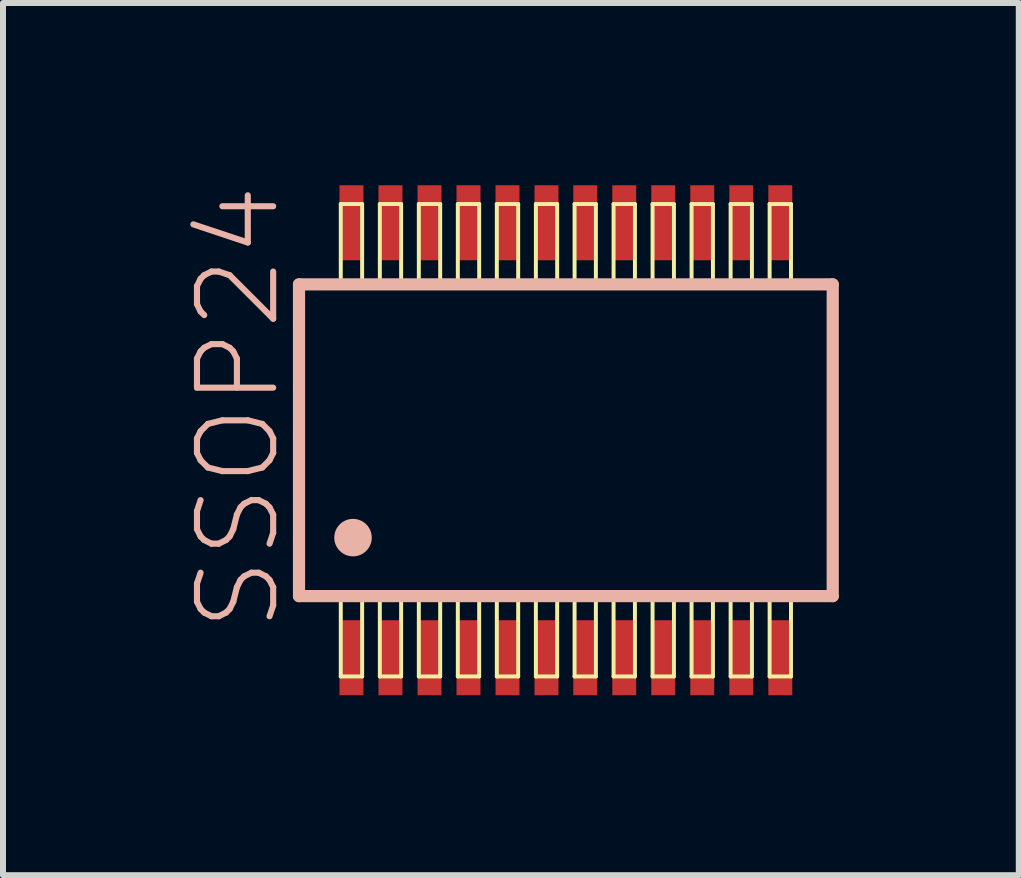
<source format=kicad_pcb>
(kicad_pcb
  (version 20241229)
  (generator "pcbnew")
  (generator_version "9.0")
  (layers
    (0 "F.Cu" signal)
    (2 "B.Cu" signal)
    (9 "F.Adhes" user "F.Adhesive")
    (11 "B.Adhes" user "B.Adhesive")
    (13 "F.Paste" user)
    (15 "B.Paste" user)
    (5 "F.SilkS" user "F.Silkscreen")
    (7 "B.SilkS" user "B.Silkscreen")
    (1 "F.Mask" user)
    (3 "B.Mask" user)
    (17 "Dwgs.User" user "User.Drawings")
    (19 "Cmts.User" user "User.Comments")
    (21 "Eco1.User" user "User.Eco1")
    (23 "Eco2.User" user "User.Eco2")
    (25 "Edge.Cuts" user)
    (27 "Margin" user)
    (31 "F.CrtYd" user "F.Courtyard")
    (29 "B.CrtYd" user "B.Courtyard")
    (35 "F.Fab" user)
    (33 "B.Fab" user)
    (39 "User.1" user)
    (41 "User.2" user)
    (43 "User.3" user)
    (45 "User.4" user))
  (footprint "SSOP24"
    (layer "F.Cu")
    (at 6.382 4.288)
    (property "Reference" "SSOP24" (at -5.461 -0.544 90) (layer "B.SilkS") (effects (font (size 1.27 1.27) (thickness 0.102))))
    (attr smd)
    (fp_line (start -3.752 -3.937) (end -3.396 -3.937) (stroke (width 0.066) (type solid)) (layer "F.SilkS"))
    (fp_line (start -3.752 -2.642) (end -3.752 -3.937) (stroke (width 0.066) (type solid)) (layer "F.SilkS"))
    (fp_line (start -3.752 -2.642) (end -3.396 -2.642) (stroke (width 0.066) (type solid)) (layer "F.SilkS"))
    (fp_line (start -3.752 2.642) (end -3.396 2.642) (stroke (width 0.066) (type solid)) (layer "F.SilkS"))
    (fp_line (start -3.752 3.937) (end -3.752 2.642) (stroke (width 0.066) (type solid)) (layer "F.SilkS"))
    (fp_line (start -3.752 3.937) (end -3.396 3.937) (stroke (width 0.066) (type solid)) (layer "F.SilkS"))
    (fp_line (start -3.396 -2.642) (end -3.396 -3.937) (stroke (width 0.066) (type solid)) (layer "F.SilkS"))
    (fp_line (start -3.396 3.937) (end -3.396 2.642) (stroke (width 0.066) (type solid)) (layer "F.SilkS"))
    (fp_line (start -3.101 -3.937) (end -2.746 -3.937) (stroke (width 0.066) (type solid)) (layer "F.SilkS"))
    (fp_line (start -3.101 -2.642) (end -3.101 -3.937) (stroke (width 0.066) (type solid)) (layer "F.SilkS"))
    (fp_line (start -3.101 -2.642) (end -2.746 -2.642) (stroke (width 0.066) (type solid)) (layer "F.SilkS"))
    (fp_line (start -3.101 2.642) (end -2.746 2.642) (stroke (width 0.066) (type solid)) (layer "F.SilkS"))
    (fp_line (start -3.101 3.937) (end -3.101 2.642) (stroke (width 0.066) (type solid)) (layer "F.SilkS"))
    (fp_line (start -3.101 3.937) (end -2.746 3.937) (stroke (width 0.066) (type solid)) (layer "F.SilkS"))
    (fp_line (start -2.746 -2.642) (end -2.746 -3.937) (stroke (width 0.066) (type solid)) (layer "F.SilkS"))
    (fp_line (start -2.746 3.937) (end -2.746 2.642) (stroke (width 0.066) (type solid)) (layer "F.SilkS"))
    (fp_line (start -2.451 -3.937) (end -2.095 -3.937) (stroke (width 0.066) (type solid)) (layer "F.SilkS"))
    (fp_line (start -2.451 -2.642) (end -2.451 -3.937) (stroke (width 0.066) (type solid)) (layer "F.SilkS"))
    (fp_line (start -2.451 -2.642) (end -2.095 -2.642) (stroke (width 0.066) (type solid)) (layer "F.SilkS"))
    (fp_line (start -2.451 2.642) (end -2.095 2.642) (stroke (width 0.066) (type solid)) (layer "F.SilkS"))
    (fp_line (start -2.451 3.937) (end -2.451 2.642) (stroke (width 0.066) (type solid)) (layer "F.SilkS"))
    (fp_line (start -2.451 3.937) (end -2.095 3.937) (stroke (width 0.066) (type solid)) (layer "F.SilkS"))
    (fp_line (start -2.095 -2.642) (end -2.095 -3.937) (stroke (width 0.066) (type solid)) (layer "F.SilkS"))
    (fp_line (start -2.095 3.937) (end -2.095 2.642) (stroke (width 0.066) (type solid)) (layer "F.SilkS"))
    (fp_line (start -1.801 -3.937) (end -1.445 -3.937) (stroke (width 0.066) (type solid)) (layer "F.SilkS"))
    (fp_line (start -1.801 -2.642) (end -1.801 -3.937) (stroke (width 0.066) (type solid)) (layer "F.SilkS"))
    (fp_line (start -1.801 -2.642) (end -1.445 -2.642) (stroke (width 0.066) (type solid)) (layer "F.SilkS"))
    (fp_line (start -1.801 2.642) (end -1.445 2.642) (stroke (width 0.066) (type solid)) (layer "F.SilkS"))
    (fp_line (start -1.801 3.937) (end -1.801 2.642) (stroke (width 0.066) (type solid)) (layer "F.SilkS"))
    (fp_line (start -1.801 3.937) (end -1.445 3.937) (stroke (width 0.066) (type solid)) (layer "F.SilkS"))
    (fp_line (start -1.445 -2.642) (end -1.445 -3.937) (stroke (width 0.066) (type solid)) (layer "F.SilkS"))
    (fp_line (start -1.445 3.937) (end -1.445 2.642) (stroke (width 0.066) (type solid)) (layer "F.SilkS"))
    (fp_line (start -1.151 -3.937) (end -0.795 -3.937) (stroke (width 0.066) (type solid)) (layer "F.SilkS"))
    (fp_line (start -1.151 -2.642) (end -1.151 -3.937) (stroke (width 0.066) (type solid)) (layer "F.SilkS"))
    (fp_line (start -1.151 -2.642) (end -0.795 -2.642) (stroke (width 0.066) (type solid)) (layer "F.SilkS"))
    (fp_line (start -1.151 2.642) (end -0.795 2.642) (stroke (width 0.066) (type solid)) (layer "F.SilkS"))
    (fp_line (start -1.151 3.937) (end -1.151 2.642) (stroke (width 0.066) (type solid)) (layer "F.SilkS"))
    (fp_line (start -1.151 3.937) (end -0.795 3.937) (stroke (width 0.066) (type solid)) (layer "F.SilkS"))
    (fp_line (start -0.795 -2.642) (end -0.795 -3.937) (stroke (width 0.066) (type solid)) (layer "F.SilkS"))
    (fp_line (start -0.795 3.937) (end -0.795 2.642) (stroke (width 0.066) (type solid)) (layer "F.SilkS"))
    (fp_line (start -0.5 -3.937) (end -0.145 -3.937) (stroke (width 0.066) (type solid)) (layer "F.SilkS"))
    (fp_line (start -0.5 -2.642) (end -0.5 -3.937) (stroke (width 0.066) (type solid)) (layer "F.SilkS"))
    (fp_line (start -0.5 -2.642) (end -0.145 -2.642) (stroke (width 0.066) (type solid)) (layer "F.SilkS"))
    (fp_line (start -0.5 2.642) (end -0.145 2.642) (stroke (width 0.066) (type solid)) (layer "F.SilkS"))
    (fp_line (start -0.5 3.937) (end -0.5 2.642) (stroke (width 0.066) (type solid)) (layer "F.SilkS"))
    (fp_line (start -0.5 3.937) (end -0.145 3.937) (stroke (width 0.066) (type solid)) (layer "F.SilkS"))
    (fp_line (start -0.145 -2.642) (end -0.145 -3.937) (stroke (width 0.066) (type solid)) (layer "F.SilkS"))
    (fp_line (start -0.145 3.937) (end -0.145 2.642) (stroke (width 0.066) (type solid)) (layer "F.SilkS"))
    (fp_line (start 0.145 -3.937) (end 0.5 -3.937) (stroke (width 0.066) (type solid)) (layer "F.SilkS"))
    (fp_line (start 0.145 -2.642) (end 0.145 -3.937) (stroke (width 0.066) (type solid)) (layer "F.SilkS"))
    (fp_line (start 0.145 -2.642) (end 0.5 -2.642) (stroke (width 0.066) (type solid)) (layer "F.SilkS"))
    (fp_line (start 0.145 2.642) (end 0.5 2.642) (stroke (width 0.066) (type solid)) (layer "F.SilkS"))
    (fp_line (start 0.145 3.937) (end 0.145 2.642) (stroke (width 0.066) (type solid)) (layer "F.SilkS"))
    (fp_line (start 0.145 3.937) (end 0.5 3.937) (stroke (width 0.066) (type solid)) (layer "F.SilkS"))
    (fp_line (start 0.5 -2.642) (end 0.5 -3.937) (stroke (width 0.066) (type solid)) (layer "F.SilkS"))
    (fp_line (start 0.5 3.937) (end 0.5 2.642) (stroke (width 0.066) (type solid)) (layer "F.SilkS"))
    (fp_line (start 0.795 -3.937) (end 1.151 -3.937) (stroke (width 0.066) (type solid)) (layer "F.SilkS"))
    (fp_line (start 0.795 -2.642) (end 0.795 -3.937) (stroke (width 0.066) (type solid)) (layer "F.SilkS"))
    (fp_line (start 0.795 -2.642) (end 1.151 -2.642) (stroke (width 0.066) (type solid)) (layer "F.SilkS"))
    (fp_line (start 0.795 2.642) (end 1.151 2.642) (stroke (width 0.066) (type solid)) (layer "F.SilkS"))
    (fp_line (start 0.795 3.937) (end 0.795 2.642) (stroke (width 0.066) (type solid)) (layer "F.SilkS"))
    (fp_line (start 0.795 3.937) (end 1.151 3.937) (stroke (width 0.066) (type solid)) (layer "F.SilkS"))
    (fp_line (start 1.151 -2.642) (end 1.151 -3.937) (stroke (width 0.066) (type solid)) (layer "F.SilkS"))
    (fp_line (start 1.151 3.937) (end 1.151 2.642) (stroke (width 0.066) (type solid)) (layer "F.SilkS"))
    (fp_line (start 1.445 -3.937) (end 1.801 -3.937) (stroke (width 0.066) (type solid)) (layer "F.SilkS"))
    (fp_line (start 1.445 -2.642) (end 1.445 -3.937) (stroke (width 0.066) (type solid)) (layer "F.SilkS"))
    (fp_line (start 1.445 -2.642) (end 1.801 -2.642) (stroke (width 0.066) (type solid)) (layer "F.SilkS"))
    (fp_line (start 1.445 2.642) (end 1.801 2.642) (stroke (width 0.066) (type solid)) (layer "F.SilkS"))
    (fp_line (start 1.445 3.937) (end 1.445 2.642) (stroke (width 0.066) (type solid)) (layer "F.SilkS"))
    (fp_line (start 1.445 3.937) (end 1.801 3.937) (stroke (width 0.066) (type solid)) (layer "F.SilkS"))
    (fp_line (start 1.801 -2.642) (end 1.801 -3.937) (stroke (width 0.066) (type solid)) (layer "F.SilkS"))
    (fp_line (start 1.801 3.937) (end 1.801 2.642) (stroke (width 0.066) (type solid)) (layer "F.SilkS"))
    (fp_line (start 2.095 -3.937) (end 2.451 -3.937) (stroke (width 0.066) (type solid)) (layer "F.SilkS"))
    (fp_line (start 2.095 -2.642) (end 2.095 -3.937) (stroke (width 0.066) (type solid)) (layer "F.SilkS"))
    (fp_line (start 2.095 -2.642) (end 2.451 -2.642) (stroke (width 0.066) (type solid)) (layer "F.SilkS"))
    (fp_line (start 2.095 2.642) (end 2.451 2.642) (stroke (width 0.066) (type solid)) (layer "F.SilkS"))
    (fp_line (start 2.095 3.937) (end 2.095 2.642) (stroke (width 0.066) (type solid)) (layer "F.SilkS"))
    (fp_line (start 2.095 3.937) (end 2.451 3.937) (stroke (width 0.066) (type solid)) (layer "F.SilkS"))
    (fp_line (start 2.451 -2.642) (end 2.451 -3.937) (stroke (width 0.066) (type solid)) (layer "F.SilkS"))
    (fp_line (start 2.451 3.937) (end 2.451 2.642) (stroke (width 0.066) (type solid)) (layer "F.SilkS"))
    (fp_line (start 2.746 -3.937) (end 3.101 -3.937) (stroke (width 0.066) (type solid)) (layer "F.SilkS"))
    (fp_line (start 2.746 -2.642) (end 2.746 -3.937) (stroke (width 0.066) (type solid)) (layer "F.SilkS"))
    (fp_line (start 2.746 -2.642) (end 3.101 -2.642) (stroke (width 0.066) (type solid)) (layer "F.SilkS"))
    (fp_line (start 2.746 2.642) (end 3.101 2.642) (stroke (width 0.066) (type solid)) (layer "F.SilkS"))
    (fp_line (start 2.746 3.937) (end 2.746 2.642) (stroke (width 0.066) (type solid)) (layer "F.SilkS"))
    (fp_line (start 2.746 3.937) (end 3.101 3.937) (stroke (width 0.066) (type solid)) (layer "F.SilkS"))
    (fp_line (start 3.101 -2.642) (end 3.101 -3.937) (stroke (width 0.066) (type solid)) (layer "F.SilkS"))
    (fp_line (start 3.101 3.937) (end 3.101 2.642) (stroke (width 0.066) (type solid)) (layer "F.SilkS"))
    (fp_line (start 3.396 -3.937) (end 3.752 -3.937) (stroke (width 0.066) (type solid)) (layer "F.SilkS"))
    (fp_line (start 3.396 -2.642) (end 3.396 -3.937) (stroke (width 0.066) (type solid)) (layer "F.SilkS"))
    (fp_line (start 3.396 -2.642) (end 3.752 -2.642) (stroke (width 0.066) (type solid)) (layer "F.SilkS"))
    (fp_line (start 3.396 2.642) (end 3.752 2.642) (stroke (width 0.066) (type solid)) (layer "F.SilkS"))
    (fp_line (start 3.396 3.937) (end 3.396 2.642) (stroke (width 0.066) (type solid)) (layer "F.SilkS"))
    (fp_line (start 3.396 3.937) (end 3.752 3.937) (stroke (width 0.066) (type solid)) (layer "F.SilkS"))
    (fp_line (start 3.752 -2.642) (end 3.752 -3.937) (stroke (width 0.066) (type solid)) (layer "F.SilkS"))
    (fp_line (start 3.752 3.937) (end 3.752 2.642) (stroke (width 0.066) (type solid)) (layer "F.SilkS"))
    (fp_line (start -4.448 -2.598) (end -4.448 2.598) (stroke (width 0.203) (type solid)) (layer "B.SilkS"))
    (fp_line (start -4.448 2.598) (end 4.448 2.598) (stroke (width 0.203) (type solid)) (layer "B.SilkS"))
    (fp_line (start 4.448 -2.598) (end -4.448 -2.598) (stroke (width 0.203) (type solid)) (layer "B.SilkS"))
    (fp_line (start 4.448 2.598) (end 4.448 -2.598) (stroke (width 0.203) (type solid)) (layer "B.SilkS"))
    (fp_circle (center -3.548 1.623) (end -3.769 1.844) (stroke (width 0) (type solid)) (fill yes) (layer "B.SilkS"))
    (pad "1" smd rect (at -3.574 3.625) (size 0.399 1.25) (layers "F.Cu" "F.Mask" "F.Paste"))
    (pad "2" smd rect (at -2.924 3.625) (size 0.399 1.25) (layers "F.Cu" "F.Mask" "F.Paste"))
    (pad "3" smd rect (at -2.273 3.625) (size 0.399 1.25) (layers "F.Cu" "F.Mask" "F.Paste"))
    (pad "4" smd rect (at -1.623 3.625) (size 0.399 1.25) (layers "F.Cu" "F.Mask" "F.Paste"))
    (pad "5" smd rect (at -0.973 3.625) (size 0.399 1.25) (layers "F.Cu" "F.Mask" "F.Paste"))
    (pad "6" smd rect (at -0.323 3.625) (size 0.399 1.25) (layers "F.Cu" "F.Mask" "F.Paste"))
    (pad "7" smd rect (at 0.323 3.625) (size 0.399 1.25) (layers "F.Cu" "F.Mask" "F.Paste"))
    (pad "8" smd rect (at 0.973 3.625) (size 0.399 1.25) (layers "F.Cu" "F.Mask" "F.Paste"))
    (pad "9" smd rect (at 1.623 3.625) (size 0.399 1.25) (layers "F.Cu" "F.Mask" "F.Paste"))
    (pad "10" smd rect (at 2.273 3.625) (size 0.399 1.25) (layers "F.Cu" "F.Mask" "F.Paste"))
    (pad "11" smd rect (at 2.924 3.625) (size 0.399 1.25) (layers "F.Cu" "F.Mask" "F.Paste"))
    (pad "12" smd rect (at 3.574 3.625) (size 0.399 1.25) (layers "F.Cu" "F.Mask" "F.Paste"))
    (pad "13" smd rect (at 3.574 -3.625) (size 0.399 1.25) (layers "F.Cu" "F.Mask" "F.Paste"))
    (pad "14" smd rect (at 2.924 -3.625) (size 0.399 1.25) (layers "F.Cu" "F.Mask" "F.Paste"))
    (pad "15" smd rect (at 2.273 -3.625) (size 0.399 1.25) (layers "F.Cu" "F.Mask" "F.Paste"))
    (pad "16" smd rect (at 1.623 -3.625) (size 0.399 1.25) (layers "F.Cu" "F.Mask" "F.Paste"))
    (pad "17" smd rect (at 0.973 -3.625) (size 0.399 1.25) (layers "F.Cu" "F.Mask" "F.Paste"))
    (pad "18" smd rect (at 0.323 -3.625) (size 0.399 1.25) (layers "F.Cu" "F.Mask" "F.Paste"))
    (pad "19" smd rect (at -0.323 -3.625) (size 0.399 1.25) (layers "F.Cu" "F.Mask" "F.Paste"))
    (pad "20" smd rect (at -0.973 -3.625) (size 0.399 1.25) (layers "F.Cu" "F.Mask" "F.Paste"))
    (pad "21" smd rect (at -1.623 -3.625) (size 0.399 1.25) (layers "F.Cu" "F.Mask" "F.Paste"))
    (pad "22" smd rect (at -2.273 -3.625) (size 0.399 1.25) (layers "F.Cu" "F.Mask" "F.Paste"))
    (pad "23" smd rect (at -2.924 -3.625) (size 0.399 1.25) (layers "F.Cu" "F.Mask" "F.Paste"))
    (pad "24" smd rect (at -3.574 -3.625) (size 0.399 1.25) (layers "F.Cu" "F.Mask" "F.Paste")))
  (gr_rect
    (start -3 -3)
    (end 13.931 11.538)
    (stroke (width 0.1) (type default))
    (fill no)
    (layer "Edge.Cuts")))
</source>
